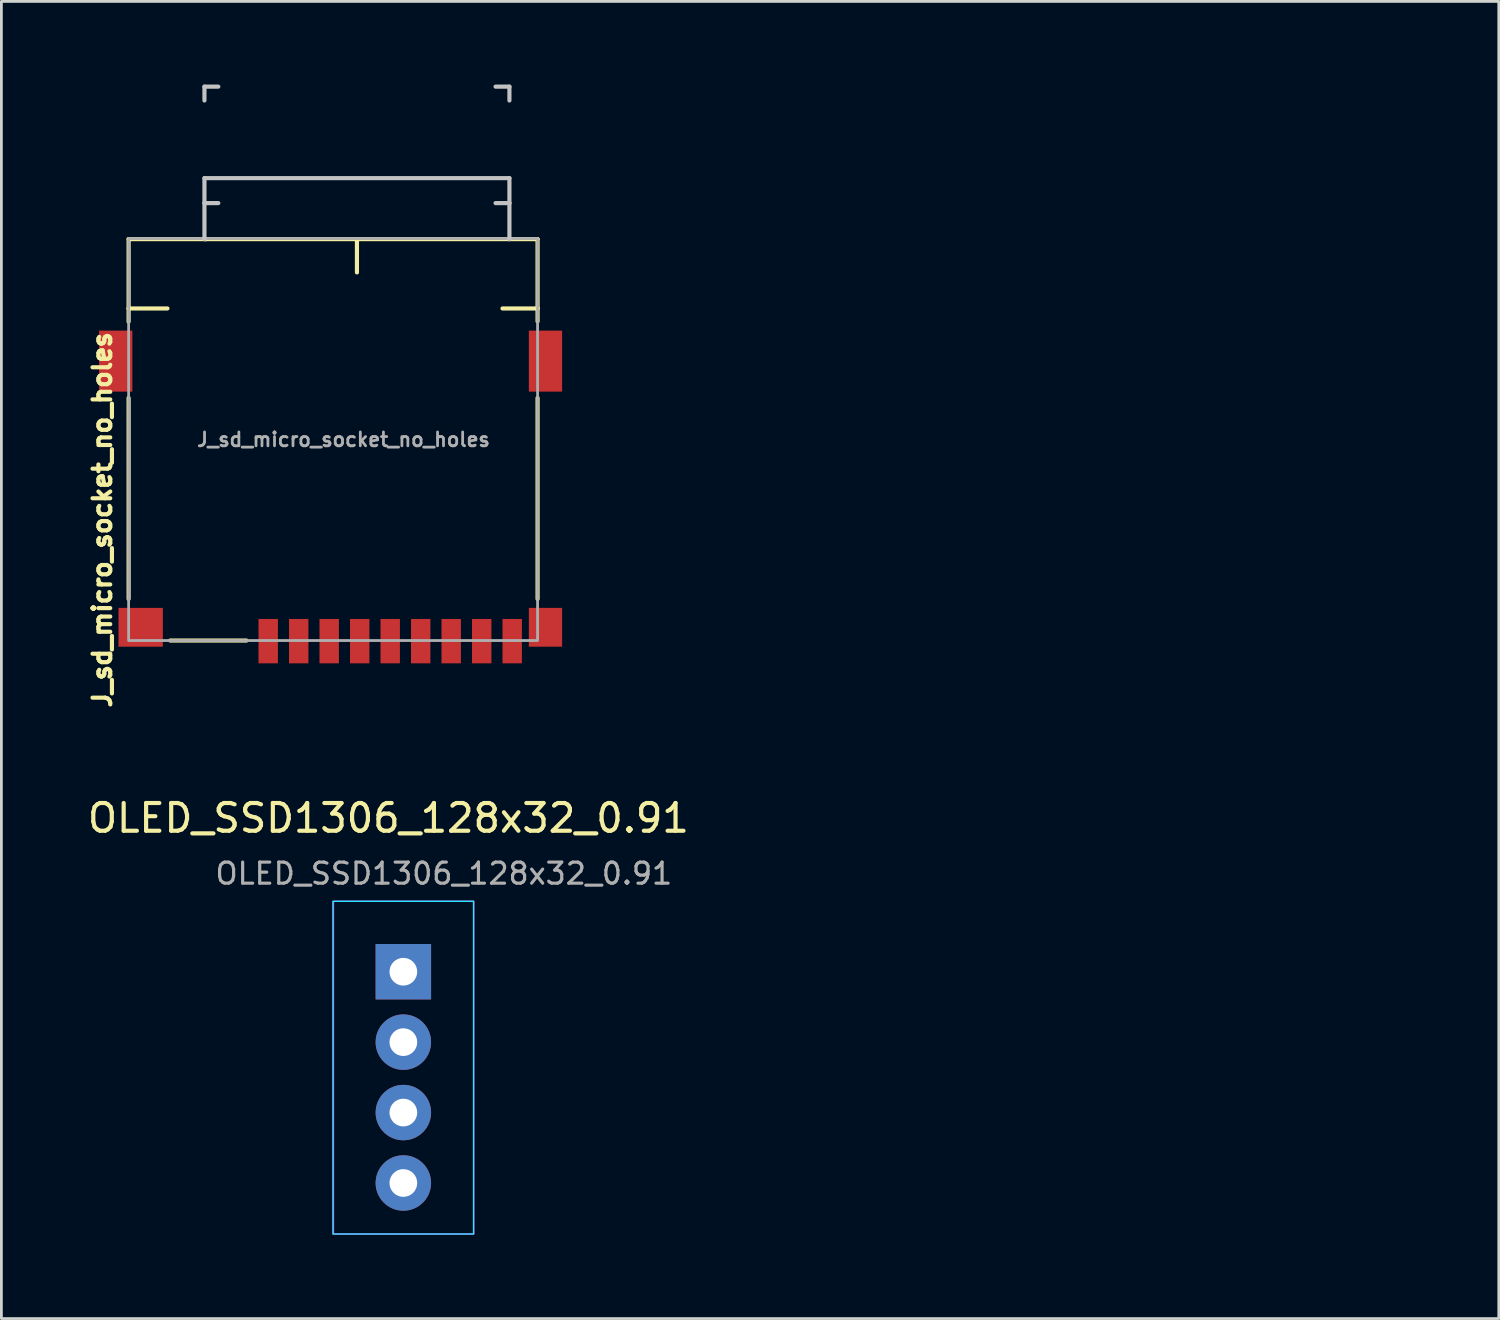
<source format=kicad_pcb>
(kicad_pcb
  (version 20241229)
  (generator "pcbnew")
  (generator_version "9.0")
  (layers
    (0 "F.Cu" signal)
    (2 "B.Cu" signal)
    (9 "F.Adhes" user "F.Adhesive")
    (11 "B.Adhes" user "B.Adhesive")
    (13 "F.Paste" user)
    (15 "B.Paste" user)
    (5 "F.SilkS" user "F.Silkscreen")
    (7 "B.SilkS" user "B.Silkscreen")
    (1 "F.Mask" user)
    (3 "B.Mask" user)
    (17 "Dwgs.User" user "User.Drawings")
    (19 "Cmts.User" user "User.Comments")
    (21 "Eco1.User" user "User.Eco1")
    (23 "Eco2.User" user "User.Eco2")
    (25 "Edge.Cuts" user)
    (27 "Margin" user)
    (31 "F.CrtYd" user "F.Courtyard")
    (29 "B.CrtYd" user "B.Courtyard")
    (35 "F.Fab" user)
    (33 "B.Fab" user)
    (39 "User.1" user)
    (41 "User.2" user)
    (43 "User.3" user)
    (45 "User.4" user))
  (footprint "J_sd_micro_socket_no_holes"
    (layer "F.Cu")
    (at 9.839 13.053)
    (property "Reference" "J_sd_micro_socket_no_holes" (at -9.201 2.645 270) (layer "F.SilkS") (effects (font (size 0.64 0.64) (thickness 0.15))))
    (attr smd)
    (fp_line (start -8.25 -7.478) (end -8.25 -4.978) (stroke (width 0.15) (type solid)) (layer "F.SilkS"))
    (fp_line (start -8.25 -4.978) (end -8.25 -4.5) (stroke (width 0.15) (type default)) (layer "F.SilkS"))
    (fp_line (start -8.25 -1.75) (end -8.25 5.5) (stroke (width 0.15) (type default)) (layer "F.SilkS"))
    (fp_line (start -6.85 -4.978) (end -8.25 -4.978) (stroke (width 0.15) (type solid)) (layer "F.SilkS"))
    (fp_line (start -6.75 7) (end -4 7) (stroke (width 0.15) (type default)) (layer "F.SilkS"))
    (fp_line (start -5.45 -7.478) (end -8.25 -7.478) (stroke (width 0.15) (type solid)) (layer "F.SilkS"))
    (fp_line (start -0.015 -7.478) (end -5.515 -7.478) (stroke (width 0.15) (type solid)) (layer "F.SilkS"))
    (fp_line (start -0.015 -6.278) (end -0.015 -7.478) (stroke (width 0.15) (type solid)) (layer "F.SilkS"))
    (fp_line (start 5.235 -4.978) (end 6.5 -4.978) (stroke (width 0.15) (type solid)) (layer "F.SilkS"))
    (fp_line (start 5.485 -7.478) (end -0.015 -7.478) (stroke (width 0.15) (type solid)) (layer "F.SilkS"))
    (fp_line (start 6.5 -7.478) (end 5.485 -7.478) (stroke (width 0.15) (type solid)) (layer "F.SilkS"))
    (fp_line (start 6.5 -7.478) (end 6.5 -4.978) (stroke (width 0.15) (type solid)) (layer "F.SilkS"))
    (fp_line (start 6.5 -4.989) (end 6.5 -4.511) (stroke (width 0.15) (type default)) (layer "F.SilkS"))
    (fp_line (start 6.5 -1.75) (end 6.5 5.5) (stroke (width 0.15) (type default)) (layer "F.SilkS"))
    (fp_line (start -5.515 -12.978) (end -5.515 -12.478) (stroke (width 0.15) (type solid)) (layer "Dwgs.User"))
    (fp_line (start -5.515 -9.678) (end -5.515 -8.778) (stroke (width 0.15) (type solid)) (layer "Dwgs.User"))
    (fp_line (start -5.515 -8.778) (end -5.515 -7.478) (stroke (width 0.15) (type solid)) (layer "Dwgs.User"))
    (fp_line (start -5.015 -12.978) (end -5.515 -12.978) (stroke (width 0.15) (type solid)) (layer "Dwgs.User"))
    (fp_line (start -5.015 -8.778) (end -5.515 -8.778) (stroke (width 0.15) (type solid)) (layer "Dwgs.User"))
    (fp_line (start 4.985 -12.978) (end 5.485 -12.978) (stroke (width 0.15) (type solid)) (layer "Dwgs.User"))
    (fp_line (start 4.985 -8.778) (end 5.485 -8.778) (stroke (width 0.15) (type solid)) (layer "Dwgs.User"))
    (fp_line (start 5.485 -12.978) (end 5.485 -12.478) (stroke (width 0.15) (type solid)) (layer "Dwgs.User"))
    (fp_line (start 5.485 -9.678) (end -5.515 -9.678) (stroke (width 0.15) (type solid)) (layer "Dwgs.User"))
    (fp_line (start 5.485 -9.678) (end 5.485 -8.778) (stroke (width 0.15) (type solid)) (layer "Dwgs.User"))
    (fp_line (start 5.485 -8.778) (end 5.485 -7.478) (stroke (width 0.15) (type solid)) (layer "Dwgs.User"))
    (fp_rect (start -8.25 -7.5) (end 6.5 7) (stroke (width 0.1) (type solid)) (fill no) (layer "F.Fab"))
    (fp_text user "${REFERENCE}" (at -0.5 -0.25 0) (layer "F.Fab") (effects (font (size 0.5 0.5) (thickness 0.1))))
    (pad "1" smd rect (at -3.215 7.022) (size 0.7 1.6) (layers "F.Cu" "F.Mask" "F.Paste"))
    (pad "2" smd rect (at -2.115 7.022) (size 0.7 1.6) (layers "F.Cu" "F.Mask" "F.Paste"))
    (pad "3" smd rect (at -1.015 7.022) (size 0.7 1.6) (layers "F.Cu" "F.Mask" "F.Paste"))
    (pad "4" smd rect (at 0.085 7.022) (size 0.7 1.6) (layers "F.Cu" "F.Mask" "F.Paste"))
    (pad "5" smd rect (at 1.185 7.022) (size 0.7 1.6) (layers "F.Cu" "F.Mask" "F.Paste"))
    (pad "6" smd rect (at 2.285 7.022) (size 0.7 1.6) (layers "F.Cu" "F.Mask" "F.Paste"))
    (pad "7" smd rect (at 3.385 7.022) (size 0.7 1.6) (layers "F.Cu" "F.Mask" "F.Paste"))
    (pad "8" smd rect (at 4.485 7.022) (size 0.7 1.6) (layers "F.Cu" "F.Mask" "F.Paste"))
    (pad "9" smd rect (at 5.585 7.022) (size 0.7 1.6) (layers "F.Cu" "F.Mask" "F.Paste"))
    (pad "10" smd rect (at -8.715 -3.078) (size 1.2 2.2) (layers "F.Cu" "F.Mask" "F.Paste"))
    (pad "10" smd rect (at -7.815 6.522) (size 1.6 1.4) (layers "F.Cu" "F.Mask" "F.Paste"))
    (pad "10" smd rect (at 6.785 -3.078) (size 1.2 2.2) (layers "F.Cu" "F.Mask" "F.Paste"))
    (pad "10" smd rect (at 6.785 6.522) (size 1.2 1.4) (layers "F.Cu" "F.Mask" "F.Paste")))
  (footprint "OLED_SSD1306_128x32_0.91"
    (layer "F.Cu")
    (at 8.958 29.458)
    (property "Reference" "OLED_SSD1306_128x32_0.91" (at 2 -3 0) (layer "F.SilkS") (effects (font (size 1 1) (thickness 0.15))))
    (attr through_hole)
    (fp_rect (start 0 0) (end 5.072 12) (stroke (width 0.05) (type default)) (fill no) (layer "B.CrtYd"))
    (fp_rect (start 0.02 0) (end 5.08 12.001) (stroke (width 0.05) (type default)) (fill no) (layer "F.CrtYd"))
    (fp_rect (start 0 0) (end 39 12) (stroke (width 0.1) (type default)) (fill no) (layer "User.1"))
    (fp_rect (start 6.27 1) (end 33 9) (stroke (width 0.1) (type default)) (fill no) (layer "User.1"))
    (fp_text user "${REFERENCE}" (at 4 -1 180) (layer "F.Fab") (effects (font (size 0.76 0.76) (thickness 0.114))))
    (pad "1" thru_hole rect (at 2.54 2.54) (size 2 2) (drill oval 1) (layers "*.Cu" "*.Mask"))
    (pad "2" thru_hole oval (at 2.54 5.08) (size 2 2) (drill oval 1) (layers "*.Cu" "*.Mask"))
    (pad "3" thru_hole oval (at 2.54 7.62) (size 2 2) (drill oval 1) (layers "*.Cu" "*.Mask"))
    (pad "4" thru_hole oval (at 2.54 10.16) (size 2 2) (drill oval 1) (layers "*.Cu" "*.Mask")))
  (gr_rect
    (start -3 -3)
    (end 51.008 44.508)
    (stroke (width 0.1) (type default))
    (fill no)
    (layer "Edge.Cuts")))
</source>
